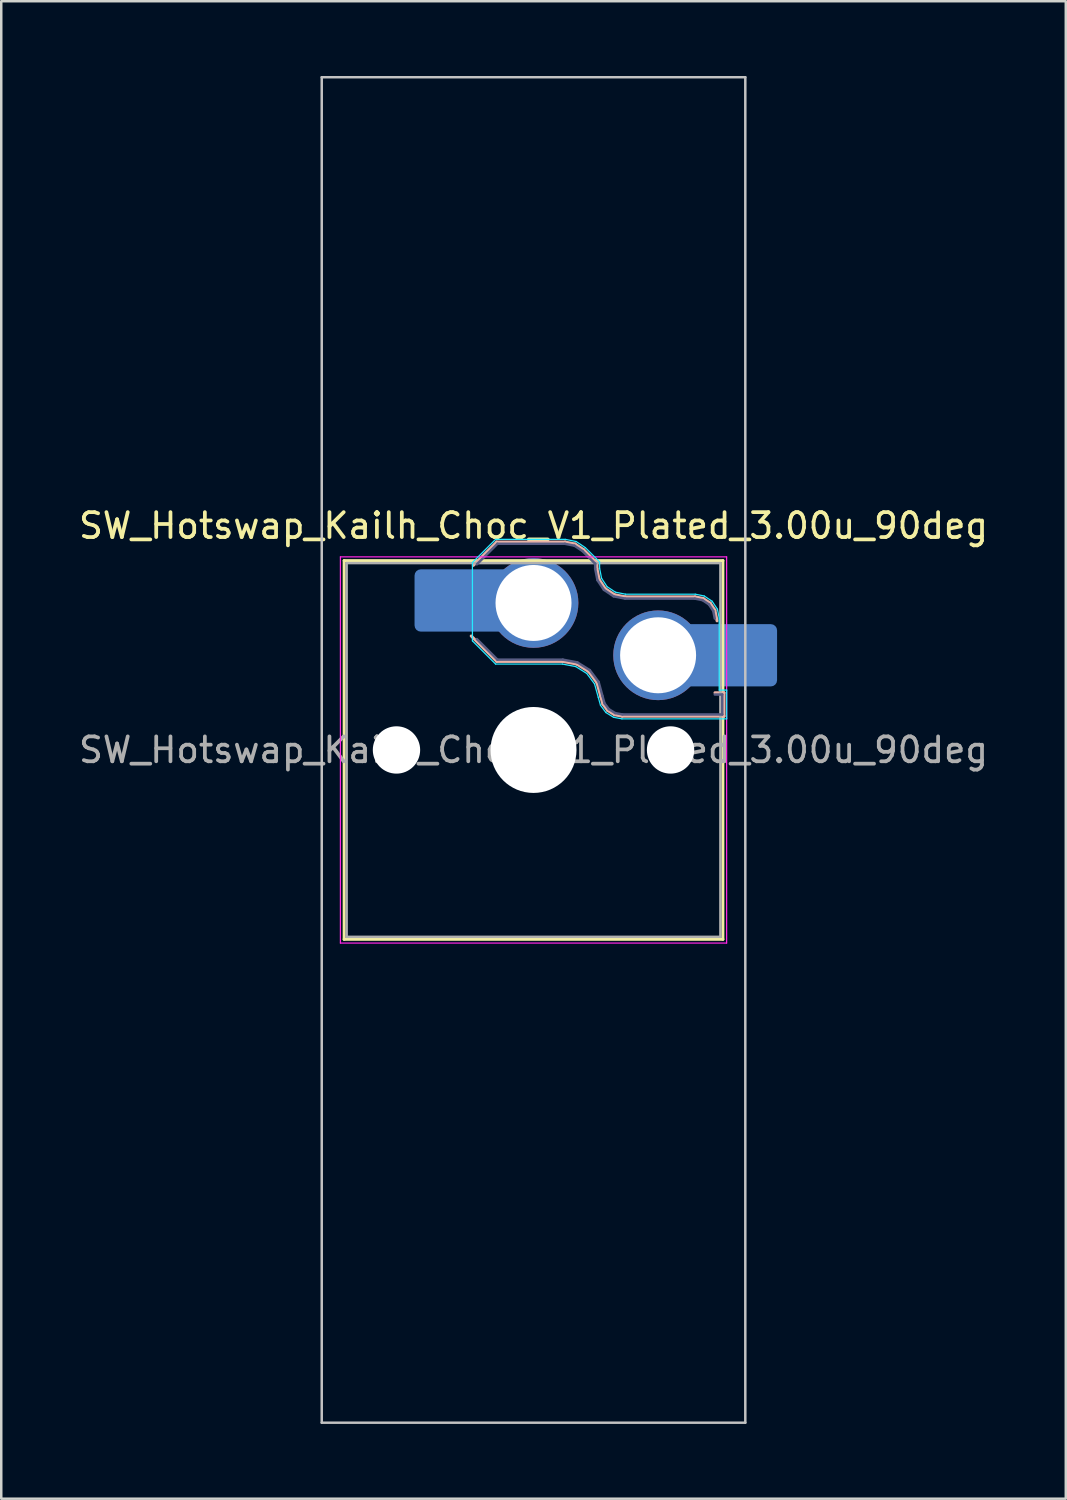
<source format=kicad_pcb>
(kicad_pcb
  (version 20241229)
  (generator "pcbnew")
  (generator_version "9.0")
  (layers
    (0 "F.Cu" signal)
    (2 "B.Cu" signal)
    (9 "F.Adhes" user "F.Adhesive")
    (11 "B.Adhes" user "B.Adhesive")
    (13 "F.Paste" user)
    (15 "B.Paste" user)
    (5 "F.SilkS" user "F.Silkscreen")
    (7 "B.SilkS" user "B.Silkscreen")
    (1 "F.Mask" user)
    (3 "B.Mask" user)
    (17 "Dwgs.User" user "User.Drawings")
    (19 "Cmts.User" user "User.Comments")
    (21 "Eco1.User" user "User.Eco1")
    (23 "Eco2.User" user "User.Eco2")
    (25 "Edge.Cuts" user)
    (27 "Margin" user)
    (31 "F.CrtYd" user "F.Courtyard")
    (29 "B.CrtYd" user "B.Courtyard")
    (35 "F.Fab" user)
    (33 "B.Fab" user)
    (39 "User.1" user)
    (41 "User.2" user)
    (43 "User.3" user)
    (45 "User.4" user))
  (footprint "SW_Hotswap_Kailh_Choc_V1_Plated_3.00u_90deg"
    (layer "F.Cu")
    (at 18.363 27.05)
    (property "Reference" "SW_Hotswap_Kailh_Choc_V1_Plated_3.00u_90deg" (at 0 -9 0) (layer "F.SilkS") (effects (font (size 1 1) (thickness 0.15))))
    (attr smd)
    (fp_line (start -7.6 -7.6) (end -7.6 7.6) (stroke (width 0.12) (type solid)) (layer "F.SilkS"))
    (fp_line (start -7.6 7.6) (end 7.6 7.6) (stroke (width 0.12) (type solid)) (layer "F.SilkS"))
    (fp_line (start 7.6 -7.6) (end -7.6 -7.6) (stroke (width 0.12) (type solid)) (layer "F.SilkS"))
    (fp_line (start 7.6 7.6) (end 7.6 -7.6) (stroke (width 0.12) (type solid)) (layer "F.SilkS"))
    (fp_line (start -2.416 -7.409) (end -1.479 -8.346) (stroke (width 0.12) (type solid)) (layer "B.SilkS"))
    (fp_line (start -1.479 -8.346) (end 1.268 -8.346) (stroke (width 0.12) (type solid)) (layer "B.SilkS"))
    (fp_line (start -1.479 -3.554) (end -2.5 -4.575) (stroke (width 0.12) (type solid)) (layer "B.SilkS"))
    (fp_line (start 1.168 -3.554) (end -1.479 -3.554) (stroke (width 0.12) (type solid)) (layer "B.SilkS"))
    (fp_line (start 1.268 -8.346) (end 1.671 -8.266) (stroke (width 0.12) (type solid)) (layer "B.SilkS"))
    (fp_line (start 1.671 -8.266) (end 2.013 -8.037) (stroke (width 0.12) (type solid)) (layer "B.SilkS"))
    (fp_line (start 1.73 -3.449) (end 1.168 -3.554) (stroke (width 0.12) (type solid)) (layer "B.SilkS"))
    (fp_line (start 2.013 -8.037) (end 2.546 -7.504) (stroke (width 0.12) (type solid)) (layer "B.SilkS"))
    (fp_line (start 2.209 -3.15) (end 1.73 -3.449) (stroke (width 0.12) (type solid)) (layer "B.SilkS"))
    (fp_line (start 2.546 -7.504) (end 2.546 -7.282) (stroke (width 0.12) (type solid)) (layer "B.SilkS"))
    (fp_line (start 2.546 -7.282) (end 2.633 -6.844) (stroke (width 0.12) (type solid)) (layer "B.SilkS"))
    (fp_line (start 2.547 -2.697) (end 2.209 -3.15) (stroke (width 0.12) (type solid)) (layer "B.SilkS"))
    (fp_line (start 2.633 -6.844) (end 2.877 -6.477) (stroke (width 0.12) (type solid)) (layer "B.SilkS"))
    (fp_line (start 2.701 -2.139) (end 2.547 -2.697) (stroke (width 0.12) (type solid)) (layer "B.SilkS"))
    (fp_line (start 2.783 -1.841) (end 2.701 -2.139) (stroke (width 0.12) (type solid)) (layer "B.SilkS"))
    (fp_line (start 2.877 -6.477) (end 3.244 -6.233) (stroke (width 0.12) (type solid)) (layer "B.SilkS"))
    (fp_line (start 2.976 -1.583) (end 2.783 -1.841) (stroke (width 0.12) (type solid)) (layer "B.SilkS"))
    (fp_line (start 3.244 -6.233) (end 3.682 -6.146) (stroke (width 0.12) (type solid)) (layer "B.SilkS"))
    (fp_line (start 3.25 -1.413) (end 2.976 -1.583) (stroke (width 0.12) (type solid)) (layer "B.SilkS"))
    (fp_line (start 3.56 -1.354) (end 3.25 -1.413) (stroke (width 0.12) (type solid)) (layer "B.SilkS"))
    (fp_line (start 3.682 -6.146) (end 6.482 -6.146) (stroke (width 0.12) (type solid)) (layer "B.SilkS"))
    (fp_line (start 6.482 -6.146) (end 6.809 -6.081) (stroke (width 0.12) (type solid)) (layer "B.SilkS"))
    (fp_line (start 6.809 -6.081) (end 7.092 -5.892) (stroke (width 0.12) (type solid)) (layer "B.SilkS"))
    (fp_line (start 7.092 -5.892) (end 7.281 -5.609) (stroke (width 0.12) (type solid)) (layer "B.SilkS"))
    (fp_line (start 7.281 -5.609) (end 7.366 -5.182) (stroke (width 0.12) (type solid)) (layer "B.SilkS"))
    (fp_line (start 7.283 -2.296) (end 7.646 -2.296) (stroke (width 0.12) (type solid)) (layer "B.SilkS"))
    (fp_line (start 7.646 -2.296) (end 7.646 -1.354) (stroke (width 0.12) (type solid)) (layer "B.SilkS"))
    (fp_line (start 7.646 -1.354) (end 3.56 -1.354) (stroke (width 0.12) (type solid)) (layer "B.SilkS"))
    (fp_line (start -8.5 -27) (end 8.5 -27) (stroke (width 0.1) (type solid)) (layer "Dwgs.User"))
    (fp_line (start -8.5 27) (end -8.5 -27) (stroke (width 0.1) (type solid)) (layer "Dwgs.User"))
    (fp_line (start 8.5 -27) (end 8.5 27) (stroke (width 0.1) (type solid)) (layer "Dwgs.User"))
    (fp_line (start 8.5 27) (end -8.5 27) (stroke (width 0.1) (type solid)) (layer "Dwgs.User"))
    (fp_line (start -7.25 -7.25) (end -7.25 7.25) (stroke (width 0.1) (type solid)) (layer "Eco1.User"))
    (fp_line (start -7.25 7.25) (end 7.25 7.25) (stroke (width 0.1) (type solid)) (layer "Eco1.User"))
    (fp_line (start 7.25 -7.25) (end -7.25 -7.25) (stroke (width 0.1) (type solid)) (layer "Eco1.User"))
    (fp_line (start 7.25 7.25) (end 7.25 -7.25) (stroke (width 0.1) (type solid)) (layer "Eco1.User"))
    (fp_line (start -2.452 -7.523) (end -1.523 -8.452) (stroke (width 0.05) (type solid)) (layer "B.CrtYd"))
    (fp_line (start -2.452 -4.377) (end -2.452 -7.523) (stroke (width 0.05) (type solid)) (layer "B.CrtYd"))
    (fp_line (start -1.523 -8.452) (end 1.278 -8.452) (stroke (width 0.05) (type solid)) (layer "B.CrtYd"))
    (fp_line (start -1.523 -3.448) (end -2.452 -4.377) (stroke (width 0.05) (type solid)) (layer "B.CrtYd"))
    (fp_line (start 1.159 -3.448) (end -1.523 -3.448) (stroke (width 0.05) (type solid)) (layer "B.CrtYd"))
    (fp_line (start 1.278 -8.452) (end 1.712 -8.366) (stroke (width 0.05) (type solid)) (layer "B.CrtYd"))
    (fp_line (start 1.691 -3.348) (end 1.159 -3.448) (stroke (width 0.05) (type solid)) (layer "B.CrtYd"))
    (fp_line (start 1.712 -8.366) (end 2.081 -8.119) (stroke (width 0.05) (type solid)) (layer "B.CrtYd"))
    (fp_line (start 2.081 -8.119) (end 2.652 -7.548) (stroke (width 0.05) (type solid)) (layer "B.CrtYd"))
    (fp_line (start 2.136 -3.071) (end 1.691 -3.348) (stroke (width 0.05) (type solid)) (layer "B.CrtYd"))
    (fp_line (start 2.45 -2.65) (end 2.136 -3.071) (stroke (width 0.05) (type solid)) (layer "B.CrtYd"))
    (fp_line (start 2.599 -2.111) (end 2.45 -2.65) (stroke (width 0.05) (type solid)) (layer "B.CrtYd"))
    (fp_line (start 2.652 -7.548) (end 2.652 -7.292) (stroke (width 0.05) (type solid)) (layer "B.CrtYd"))
    (fp_line (start 2.652 -7.292) (end 2.733 -6.885) (stroke (width 0.05) (type solid)) (layer "B.CrtYd"))
    (fp_line (start 2.687 -1.794) (end 2.599 -2.111) (stroke (width 0.05) (type solid)) (layer "B.CrtYd"))
    (fp_line (start 2.733 -6.885) (end 2.953 -6.553) (stroke (width 0.05) (type solid)) (layer "B.CrtYd"))
    (fp_line (start 2.903 -1.503) (end 2.687 -1.794) (stroke (width 0.05) (type solid)) (layer "B.CrtYd"))
    (fp_line (start 2.953 -6.553) (end 3.285 -6.333) (stroke (width 0.05) (type solid)) (layer "B.CrtYd"))
    (fp_line (start 3.211 -1.312) (end 2.903 -1.503) (stroke (width 0.05) (type solid)) (layer "B.CrtYd"))
    (fp_line (start 3.285 -6.333) (end 3.692 -6.252) (stroke (width 0.05) (type solid)) (layer "B.CrtYd"))
    (fp_line (start 3.55 -1.248) (end 3.211 -1.312) (stroke (width 0.05) (type solid)) (layer "B.CrtYd"))
    (fp_line (start 3.692 -6.252) (end 6.492 -6.252) (stroke (width 0.05) (type solid)) (layer "B.CrtYd"))
    (fp_line (start 6.492 -6.252) (end 6.85 -6.181) (stroke (width 0.05) (type solid)) (layer "B.CrtYd"))
    (fp_line (start 6.85 -6.181) (end 7.168 -5.968) (stroke (width 0.05) (type solid)) (layer "B.CrtYd"))
    (fp_line (start 7.168 -5.968) (end 7.381 -5.65) (stroke (width 0.05) (type solid)) (layer "B.CrtYd"))
    (fp_line (start 7.381 -5.65) (end 7.452 -5.292) (stroke (width 0.05) (type solid)) (layer "B.CrtYd"))
    (fp_line (start 7.452 -5.292) (end 7.452 -2.402) (stroke (width 0.05) (type solid)) (layer "B.CrtYd"))
    (fp_line (start 7.452 -2.402) (end 7.752 -2.402) (stroke (width 0.05) (type solid)) (layer "B.CrtYd"))
    (fp_line (start 7.752 -2.402) (end 7.752 -1.248) (stroke (width 0.05) (type solid)) (layer "B.CrtYd"))
    (fp_line (start 7.752 -1.248) (end 3.55 -1.248) (stroke (width 0.05) (type solid)) (layer "B.CrtYd"))
    (fp_line (start -7.75 -7.75) (end -7.75 7.75) (stroke (width 0.05) (type solid)) (layer "F.CrtYd"))
    (fp_line (start -7.75 7.75) (end 7.75 7.75) (stroke (width 0.05) (type solid)) (layer "F.CrtYd"))
    (fp_line (start 7.75 -7.75) (end -7.75 -7.75) (stroke (width 0.05) (type solid)) (layer "F.CrtYd"))
    (fp_line (start 7.75 7.75) (end 7.75 -7.75) (stroke (width 0.05) (type solid)) (layer "F.CrtYd"))
    (fp_line (start -2.275 -7.45) (end -1.45 -8.275) (stroke (width 0.1) (type solid)) (layer "B.Fab"))
    (fp_line (start -1.45 -8.275) (end 1.261 -8.275) (stroke (width 0.1) (type solid)) (layer "B.Fab"))
    (fp_line (start -1.45 -3.625) (end -2.275 -4.45) (stroke (width 0.1) (type solid)) (layer "B.Fab"))
    (fp_line (start 1.175 -3.625) (end -1.45 -3.625) (stroke (width 0.1) (type solid)) (layer "B.Fab"))
    (fp_line (start 1.261 -8.275) (end 1.643 -8.199) (stroke (width 0.1) (type solid)) (layer "B.Fab"))
    (fp_line (start 1.643 -8.199) (end 1.968 -7.982) (stroke (width 0.1) (type solid)) (layer "B.Fab"))
    (fp_line (start 1.756 -3.516) (end 1.175 -3.625) (stroke (width 0.1) (type solid)) (layer "B.Fab"))
    (fp_line (start 1.968 -7.982) (end 2.475 -7.475) (stroke (width 0.1) (type solid)) (layer "B.Fab"))
    (fp_line (start 2.258 -3.203) (end 1.756 -3.516) (stroke (width 0.1) (type solid)) (layer "B.Fab"))
    (fp_line (start 2.475 -7.475) (end 2.475 -7.275) (stroke (width 0.1) (type solid)) (layer "B.Fab"))
    (fp_line (start 2.475 -7.275) (end 2.566 -6.816) (stroke (width 0.1) (type solid)) (layer "B.Fab"))
    (fp_line (start 2.566 -6.816) (end 2.826 -6.426) (stroke (width 0.1) (type solid)) (layer "B.Fab"))
    (fp_line (start 2.612 -2.729) (end 2.258 -3.203) (stroke (width 0.1) (type solid)) (layer "B.Fab"))
    (fp_line (start 2.769 -2.158) (end 2.612 -2.729) (stroke (width 0.1) (type solid)) (layer "B.Fab"))
    (fp_line (start 2.826 -6.426) (end 3.216 -6.166) (stroke (width 0.1) (type solid)) (layer "B.Fab"))
    (fp_line (start 2.848 -1.873) (end 2.769 -2.158) (stroke (width 0.1) (type solid)) (layer "B.Fab"))
    (fp_line (start 3.025 -1.636) (end 2.848 -1.873) (stroke (width 0.1) (type solid)) (layer "B.Fab"))
    (fp_line (start 3.216 -6.166) (end 3.675 -6.075) (stroke (width 0.1) (type solid)) (layer "B.Fab"))
    (fp_line (start 3.276 -1.48) (end 3.025 -1.636) (stroke (width 0.1) (type solid)) (layer "B.Fab"))
    (fp_line (start 3.567 -1.425) (end 3.276 -1.48) (stroke (width 0.1) (type solid)) (layer "B.Fab"))
    (fp_line (start 3.675 -6.075) (end 6.475 -6.075) (stroke (width 0.1) (type solid)) (layer "B.Fab"))
    (fp_line (start 6.475 -6.075) (end 6.781 -6.014) (stroke (width 0.1) (type solid)) (layer "B.Fab"))
    (fp_line (start 6.781 -6.014) (end 7.041 -5.841) (stroke (width 0.1) (type solid)) (layer "B.Fab"))
    (fp_line (start 7.041 -5.841) (end 7.214 -5.581) (stroke (width 0.1) (type solid)) (layer "B.Fab"))
    (fp_line (start 7.214 -5.581) (end 7.275 -5.275) (stroke (width 0.1) (type solid)) (layer "B.Fab"))
    (fp_line (start 7.275 -2.225) (end 7.575 -2.225) (stroke (width 0.1) (type solid)) (layer "B.Fab"))
    (fp_line (start 7.575 -2.225) (end 7.575 -1.425) (stroke (width 0.1) (type solid)) (layer "B.Fab"))
    (fp_line (start 7.575 -1.425) (end 3.567 -1.425) (stroke (width 0.1) (type solid)) (layer "B.Fab"))
    (fp_line (start -7.5 -7.5) (end -7.5 7.5) (stroke (width 0.1) (type solid)) (layer "F.Fab"))
    (fp_line (start -7.5 7.5) (end 7.5 7.5) (stroke (width 0.1) (type solid)) (layer "F.Fab"))
    (fp_line (start 7.5 -7.5) (end -7.5 -7.5) (stroke (width 0.1) (type solid)) (layer "F.Fab"))
    (fp_line (start 7.5 7.5) (end 7.5 -7.5) (stroke (width 0.1) (type solid)) (layer "F.Fab"))
    (fp_text user "${REFERENCE}" (at 0 0 0) (layer "F.Fab") (effects (font (size 1 1) (thickness 0.15))))
    (pad "" np_thru_hole circle (at -5.5 0) (size 1.9 1.9) (drill 1.9) (layers "*.Cu" "*.Mask"))
    (pad "" smd roundrect (at -3.5 -6) (size 2.55 2.5) (layers "B.Mask" "B.Paste") (roundrect_rratio 0.1))
    (pad "" smd circle (at 0 -5.9) (size 3.1 3.1) (layers "F.Mask"))
    (pad "" np_thru_hole circle (at 0 0) (size 3.45 3.45) (drill 3.45) (layers "*.Cu" "*.Mask"))
    (pad "" smd circle (at 5 -3.8) (size 3.1 3.1) (layers "F.Mask"))
    (pad "" np_thru_hole circle (at 5.5 0) (size 1.9 1.9) (drill 1.9) (layers "*.Cu" "*.Mask"))
    (pad "" smd roundrect (at 8.5 -3.8) (size 2.55 2.5) (layers "B.Mask" "B.Paste") (roundrect_rratio 0.1))
    (pad "1" smd roundrect (at -2.85 -6) (size 3.85 2.5) (layers "B.Cu") (roundrect_rratio 0.1))
    (pad "1" thru_hole circle (at 0 -5.9) (size 3.6 3.6) (drill 3.05) (layers "*.Cu" "B.Mask"))
    (pad "2" thru_hole circle (at 5 -3.8) (size 3.6 3.6) (drill 3.05) (layers "*.Cu" "B.Mask"))
    (pad "2" smd roundrect (at 7.85 -3.8) (size 3.85 2.5) (layers "B.Cu") (roundrect_rratio 0.1)))
  (gr_rect
    (start -3 -3)
    (end 39.726 57.1)
    (stroke (width 0.1) (type default))
    (fill no)
    (layer "Edge.Cuts")))
</source>
